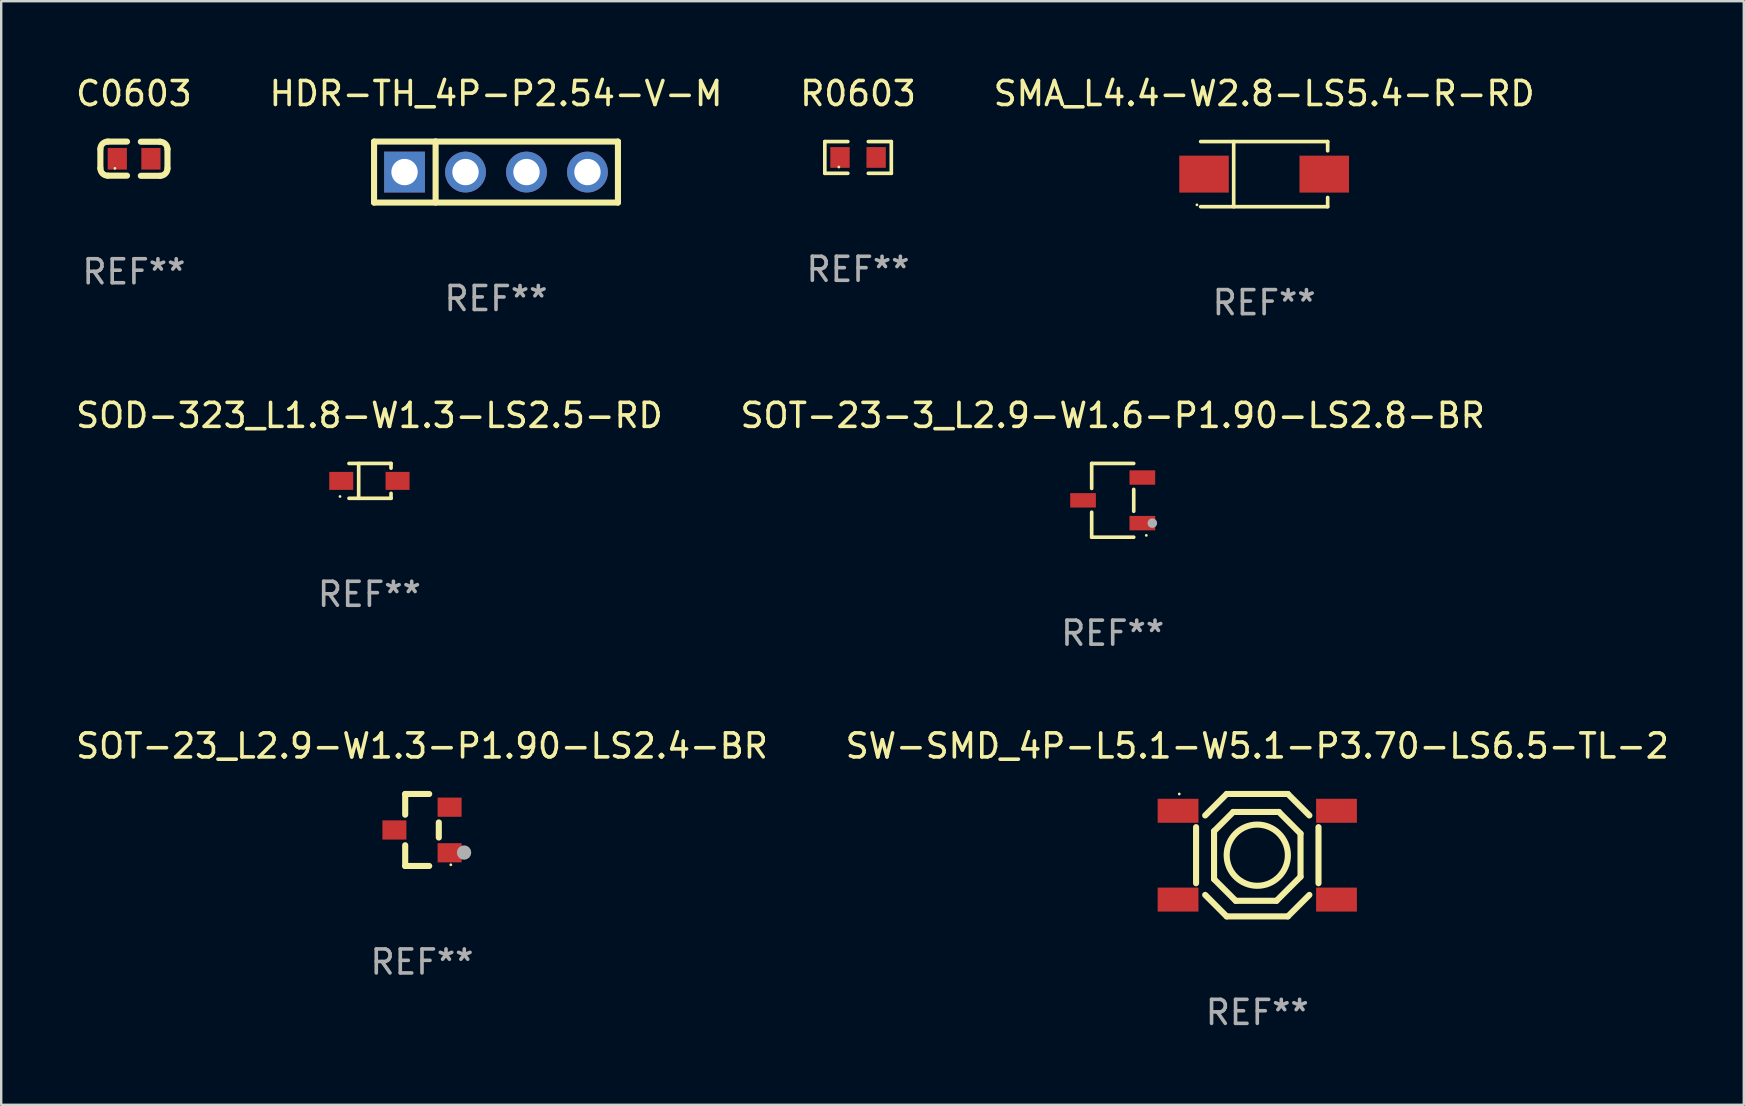
<source format=kicad_pcb>
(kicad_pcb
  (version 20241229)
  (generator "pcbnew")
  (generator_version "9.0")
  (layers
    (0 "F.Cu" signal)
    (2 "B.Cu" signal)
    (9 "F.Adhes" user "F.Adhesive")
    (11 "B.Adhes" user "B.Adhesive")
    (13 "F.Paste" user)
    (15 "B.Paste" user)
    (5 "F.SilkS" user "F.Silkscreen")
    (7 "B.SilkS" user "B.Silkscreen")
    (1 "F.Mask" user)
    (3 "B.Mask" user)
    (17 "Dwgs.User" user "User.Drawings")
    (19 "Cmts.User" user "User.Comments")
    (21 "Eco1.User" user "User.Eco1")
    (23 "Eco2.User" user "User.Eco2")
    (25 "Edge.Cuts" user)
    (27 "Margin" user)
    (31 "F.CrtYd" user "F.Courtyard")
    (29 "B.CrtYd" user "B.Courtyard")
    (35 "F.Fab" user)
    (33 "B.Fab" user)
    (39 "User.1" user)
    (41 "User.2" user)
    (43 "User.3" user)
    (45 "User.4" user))
  (footprint "HDR-TH_4P-P2.54-V-M"
    (layer "F.Cu")
    (at 17.613 4.118)
    (property "Reference" "HDR-TH_4P-P2.54-V-M" (at 0 -3.27 0) (layer "F.SilkS") (effects (font (size 1 1) (thickness 0.15))))
    (attr through_hole)
    (fp_line (start -5.08 -1.27) (end -2.516 -1.27) (stroke (width 0.254) (type solid)) (layer "F.SilkS"))
    (fp_line (start -5.08 1.27) (end -5.08 -1.27) (stroke (width 0.254) (type solid)) (layer "F.SilkS"))
    (fp_line (start -2.516 -1.27) (end -2.516 1.27) (stroke (width 0.254) (type solid)) (layer "F.SilkS"))
    (fp_line (start -2.516 -1.27) (end 5.08 -1.27) (stroke (width 0.254) (type solid)) (layer "F.SilkS"))
    (fp_line (start 5.08 -1.27) (end 5.08 1.27) (stroke (width 0.254) (type solid)) (layer "F.SilkS"))
    (fp_line (start 5.08 1.27) (end -5.08 1.27) (stroke (width 0.254) (type solid)) (layer "F.SilkS"))
    (fp_circle (center -5.08 1.25) (end -5.05 1.25) (stroke (width 0.06) (type solid)) (fill no) (layer "F.SilkS"))
    (fp_text user "REF**" (at 0 5.27 0) (layer "F.Fab") (effects (font (size 1 1) (thickness 0.15))))
    (pad "1" thru_hole rect (at -3.81 0) (size 1.7 1.7) (drill 1.1) (layers "*.Cu" "*.Mask"))
    (pad "2" thru_hole circle (at -1.27 0) (size 1.7 1.7) (drill 1.1) (layers "*.Cu" "*.Mask"))
    (pad "3" thru_hole circle (at 1.27 0) (size 1.7 1.7) (drill 1.1) (layers "*.Cu" "*.Mask"))
    (pad "4" thru_hole circle (at 3.81 0) (size 1.7 1.7) (drill 1.1) (layers "*.Cu" "*.Mask")))
  (footprint "R0603"
    (layer "F.Cu")
    (at 32.696 3.509)
    (property "Reference" "R0603" (at 0 -2.661 0) (layer "F.SilkS") (effects (font (size 1 1) (thickness 0.15))))
    (attr through_hole)
    (fp_line (start -1.385 -0.661) (end -0.426 -0.661) (stroke (width 0.152) (type solid)) (layer "F.SilkS"))
    (fp_line (start -1.385 0.661) (end -1.385 -0.661) (stroke (width 0.152) (type solid)) (layer "F.SilkS"))
    (fp_line (start -0.426 0.661) (end -1.385 0.661) (stroke (width 0.152) (type solid)) (layer "F.SilkS"))
    (fp_line (start 0.426 0.661) (end 1.385 0.661) (stroke (width 0.152) (type solid)) (layer "F.SilkS"))
    (fp_line (start 1.385 -0.661) (end 0.426 -0.661) (stroke (width 0.152) (type solid)) (layer "F.SilkS"))
    (fp_line (start 1.385 0.661) (end 1.385 -0.661) (stroke (width 0.152) (type solid)) (layer "F.SilkS"))
    (fp_circle (center -0.8 0.4) (end -0.77 0.4) (stroke (width 0.06) (type solid)) (fill no) (layer "F.SilkS"))
    (fp_text user "REF**" (at 0 4.661 0) (layer "F.Fab") (effects (font (size 1 1) (thickness 0.15))))
    (pad "1" smd rect (at -0.753 0) (size 0.806 0.864) (layers "F.Cu" "F.Mask" "F.Paste"))
    (pad "2" smd rect (at 0.753 0) (size 0.806 0.864) (layers "F.Cu" "F.Mask" "F.Paste")))
  (footprint "SOT-23_L2.9-W1.3-P1.90-LS2.4-BR"
    (layer "F.Cu")
    (at 14.53 31.526)
    (property "Reference" "SOT-23_L2.9-W1.3-P1.90-LS2.4-BR" (at 0 -3.5 0) (layer "F.SilkS") (effects (font (size 1 1) (thickness 0.15))))
    (attr through_hole)
    (fp_line (start -0.7 -1.5) (end 0.3 -1.5) (stroke (width 0.254) (type solid)) (layer "F.SilkS"))
    (fp_line (start -0.7 -0.636) (end -0.7 -1.5) (stroke (width 0.254) (type solid)) (layer "F.SilkS"))
    (fp_line (start -0.7 1.5) (end -0.7 0.636) (stroke (width 0.254) (type solid)) (layer "F.SilkS"))
    (fp_line (start -0.7 1.5) (end 0.3 1.5) (stroke (width 0.254) (type solid)) (layer "F.SilkS"))
    (fp_line (start 0.7 0.314) (end 0.7 -0.314) (stroke (width 0.254) (type solid)) (layer "F.SilkS"))
    (fp_circle (center 1.2 1.45) (end 1.23 1.45) (stroke (width 0.06) (type solid)) (fill no) (layer "F.SilkS"))
    (fp_circle (center 1.753 0.94) (end 1.903 0.94) (stroke (width 0.3) (type solid)) (fill no) (layer "F.Fab"))
    (fp_text user "REF**" (at 0 5.5 0) (layer "F.Fab") (effects (font (size 1 1) (thickness 0.15))))
    (pad "1" smd rect (at 1.15 0.95 180) (size 1 0.8) (layers "F.Cu" "F.Mask" "F.Paste"))
    (pad "2" smd rect (at 1.15 -0.95 180) (size 1 0.8) (layers "F.Cu" "F.Mask" "F.Paste"))
    (pad "3" smd rect (at -1.15 -0.000051 180) (size 1 0.8) (layers "F.Cu" "F.Mask" "F.Paste")))
  (footprint "SOD-323_L1.8-W1.3-LS2.5-RD"
    (layer "F.Cu")
    (at 12.339 16.983)
    (property "Reference" "SOD-323_L1.8-W1.3-LS2.5-RD" (at 0 -2.726 0) (layer "F.SilkS") (effects (font (size 1 1) (thickness 0.15))))
    (attr through_hole)
    (fp_line (start -0.851 -0.726) (end 0.901 -0.726) (stroke (width 0.152) (type solid)) (layer "F.SilkS"))
    (fp_line (start -0.851 0.726) (end 0.901 0.726) (stroke (width 0.152) (type solid)) (layer "F.SilkS"))
    (fp_line (start -0.447 -0.726) (end -0.447 0.726) (stroke (width 0.152) (type solid)) (layer "F.SilkS"))
    (fp_line (start 0.901 -0.726) (end 0.901 -0.53) (stroke (width 0.152) (type solid)) (layer "F.SilkS"))
    (fp_line (start 0.901 0.726) (end 0.901 0.52) (stroke (width 0.152) (type solid)) (layer "F.SilkS"))
    (fp_circle (center -1.225 0.65) (end -1.195 0.65) (stroke (width 0.06) (type solid)) (fill no) (layer "F.SilkS"))
    (fp_text user "REF**" (at 0 4.726 0) (layer "F.Fab") (effects (font (size 1 1) (thickness 0.15))))
    (pad "1" smd rect (at -1.173 0) (size 1 0.75) (layers "F.Cu" "F.Mask" "F.Paste"))
    (pad "2" smd rect (at 1.173 0) (size 1 0.75) (layers "F.Cu" "F.Mask" "F.Paste")))
  (footprint "SW-SMD_4P-L5.1-W5.1-P3.70-LS6.5-TL-2"
    (layer "F.Cu")
    (at 49.327 32.576)
    (property "Reference" "SW-SMD_4P-L5.1-W5.1-P3.70-LS6.5-TL-2" (at 0 -4.55 0) (layer "F.SilkS") (effects (font (size 1 1) (thickness 0.15))))
    (attr through_hole)
    (fp_line (start -2.55 -1.168) (end -2.55 1.168) (stroke (width 0.254) (type solid)) (layer "F.SilkS"))
    (fp_line (start -2.17 1.655) (end -1.275 2.55) (stroke (width 0.254) (type solid)) (layer "F.SilkS"))
    (fp_line (start -1.801 -1.001) (end -1.001 -1.801) (stroke (width 0.254) (type solid)) (layer "F.SilkS"))
    (fp_line (start -1.801 0.998) (end -1.801 -1.001) (stroke (width 0.254) (type solid)) (layer "F.SilkS"))
    (fp_line (start -1.275 -2.55) (end -2.17 -1.655) (stroke (width 0.254) (type solid)) (layer "F.SilkS"))
    (fp_line (start -1.275 -2.55) (end 1.275 -2.55) (stroke (width 0.254) (type solid)) (layer "F.SilkS"))
    (fp_line (start -1.275 2.55) (end 1.275 2.55) (stroke (width 0.254) (type solid)) (layer "F.SilkS"))
    (fp_line (start -1.001 -1.801) (end 0.899 -1.801) (stroke (width 0.254) (type solid)) (layer "F.SilkS"))
    (fp_line (start -0.899 1.9) (end -1.801 0.998) (stroke (width 0.254) (type solid)) (layer "F.SilkS"))
    (fp_line (start 0.8 1.9) (end -0.899 1.9) (stroke (width 0.254) (type solid)) (layer "F.SilkS"))
    (fp_line (start 0.899 -1.801) (end 1.801 -0.899) (stroke (width 0.254) (type solid)) (layer "F.SilkS"))
    (fp_line (start 1.275 -2.55) (end 2.17 -1.655) (stroke (width 0.254) (type solid)) (layer "F.SilkS"))
    (fp_line (start 1.801 -0.899) (end 1.801 0.899) (stroke (width 0.254) (type solid)) (layer "F.SilkS"))
    (fp_line (start 1.801 0.899) (end 0.8 1.9) (stroke (width 0.254) (type solid)) (layer "F.SilkS"))
    (fp_line (start 2.17 1.655) (end 1.275 2.55) (stroke (width 0.254) (type solid)) (layer "F.SilkS"))
    (fp_line (start 2.55 -1.168) (end 2.55 1.168) (stroke (width 0.254) (type solid)) (layer "F.SilkS"))
    (fp_circle (center -3.25 -2.55) (end -3.22 -2.55) (stroke (width 0.06) (type solid)) (fill no) (layer "F.SilkS"))
    (fp_circle (center 0 0) (end 1.275 0) (stroke (width 0.254) (type solid)) (fill no) (layer "F.SilkS"))
    (fp_text user "REF**" (at 0 6.55 0) (layer "F.Fab") (effects (font (size 1 1) (thickness 0.15))))
    (pad "1" smd rect (at -3.3 -1.85) (size 1.7 1) (layers "F.Cu" "F.Mask" "F.Paste"))
    (pad "2" smd rect (at 3.3 -1.85) (size 1.7 1) (layers "F.Cu" "F.Mask" "F.Paste"))
    (pad "3" smd rect (at -3.3 1.85) (size 1.7 1) (layers "F.Cu" "F.Mask" "F.Paste"))
    (pad "4" smd rect (at 3.3 1.85) (size 1.7 1) (layers "F.Cu" "F.Mask" "F.Paste")))
  (footprint "SOT-23-3_L2.9-W1.6-P1.90-LS2.8-BR"
    (layer "F.Cu")
    (at 43.304 17.793)
    (property "Reference" "SOT-23-3_L2.9-W1.6-P1.90-LS2.8-BR" (at 0 -3.536 0) (layer "F.SilkS") (effects (font (size 1 1) (thickness 0.15))))
    (attr through_hole)
    (fp_line (start -0.876 -1.536) (end -0.876 -0.495) (stroke (width 0.152) (type solid)) (layer "F.SilkS"))
    (fp_line (start -0.876 1.536) (end -0.876 0.495) (stroke (width 0.152) (type solid)) (layer "F.SilkS"))
    (fp_line (start 0.876 -1.536) (end -0.876 -1.536) (stroke (width 0.152) (type solid)) (layer "F.SilkS"))
    (fp_line (start 0.876 -0.455) (end 0.876 0.455) (stroke (width 0.152) (type solid)) (layer "F.SilkS"))
    (fp_line (start 0.876 1.536) (end -0.876 1.536) (stroke (width 0.152) (type solid)) (layer "F.SilkS"))
    (fp_circle (center 1.4 1.46) (end 1.43 1.46) (stroke (width 0.06) (type solid)) (fill no) (layer "F.SilkS"))
    (fp_circle (center 1.651 0.95) (end 1.751 0.95) (stroke (width 0.2) (type solid)) (fill no) (layer "F.Fab"))
    (fp_text user "REF**" (at 0 5.536 0) (layer "F.Fab") (effects (font (size 1 1) (thickness 0.15))))
    (pad "1" smd rect (at 1.235 0.95) (size 1.07 0.6) (layers "F.Cu" "F.Mask" "F.Paste"))
    (pad "2" smd rect (at 1.235 -0.95) (size 1.07 0.6) (layers "F.Cu" "F.Mask" "F.Paste"))
    (pad "3" smd rect (at -1.235 0) (size 1.07 0.6) (layers "F.Cu" "F.Mask" "F.Paste")))
  (footprint "C0603"
    (layer "F.Cu")
    (at 2.537 3.564)
    (property "Reference" "C0603" (at -0.008 -2.715 0) (layer "F.SilkS") (effects (font (size 1 1) (thickness 0.15))))
    (attr through_hole)
    (fp_line (start -1.405 -0.406) (end -1.405 0.394) (stroke (width 0.254) (type solid)) (layer "F.SilkS"))
    (fp_line (start -0.296 -0.715) (end -1.096 -0.715) (stroke (width 0.254) (type solid)) (layer "F.SilkS"))
    (fp_line (start -0.296 0.704) (end -1.096 0.704) (stroke (width 0.254) (type solid)) (layer "F.SilkS"))
    (fp_line (start 0.28 -0.71) (end 1.08 -0.71) (stroke (width 0.254) (type solid)) (layer "F.SilkS"))
    (fp_line (start 0.28 0.71) (end 1.08 0.71) (stroke (width 0.254) (type solid)) (layer "F.SilkS"))
    (fp_line (start 1.39 -0.4) (end 1.39 0.4) (stroke (width 0.254) (type solid)) (layer "F.SilkS"))
    (fp_arc (start -1.405512 -0.405613) (mid -1.314765 -0.624696) (end -1.095682 -0.715443) (stroke (width 0.254001) (type solid)) (layer "F.SilkS"))
    (fp_arc (start -1.095682 0.704216) (mid -1.314773 0.61346) (end -1.405511 0.394362) (stroke (width 0.254001) (type solid)) (layer "F.SilkS"))
    (fp_arc (start 1.080188 -0.709627) (mid 1.29928 -0.618871) (end 1.390018 -0.399772) (stroke (width 0.254001) (type solid)) (layer "F.SilkS"))
    (fp_arc (start 1.390018 0.400203) (mid 1.299271 0.619286) (end 1.080188 0.710033) (stroke (width 0.254001) (type solid)) (layer "F.SilkS"))
    (fp_circle (center -0.8 0.4) (end -0.77 0.4) (stroke (width 0.06) (type solid)) (fill no) (layer "F.SilkS"))
    (fp_text user "REF**" (at -0.008 4.71 0) (layer "F.Fab") (effects (font (size 1 1) (thickness 0.15))))
    (pad "1" smd rect (at -0.7 0) (size 0.8 0.9) (layers "F.Cu" "F.Mask" "F.Paste"))
    (pad "2" smd rect (at 0.7 0) (size 0.8 0.9) (layers "F.Cu" "F.Mask" "F.Paste")))
  (footprint "SMA_L4.4-W2.8-LS5.4-R-RD"
    (layer "F.Cu")
    (at 49.613 4.204)
    (property "Reference" "SMA_L4.4-W2.8-LS5.4-R-RD" (at 0 -3.356 0) (layer "F.SilkS") (effects (font (size 1 1) (thickness 0.15))))
    (attr through_hole)
    (fp_line (start -2.646 -1.356) (end 2.646 -1.356) (stroke (width 0.152) (type solid)) (layer "F.SilkS"))
    (fp_line (start -2.646 1.356) (end 2.646 1.356) (stroke (width 0.152) (type solid)) (layer "F.SilkS"))
    (fp_line (start -1.269 -1.356) (end -1.269 1.356) (stroke (width 0.152) (type solid)) (layer "F.SilkS"))
    (fp_line (start 2.646 -1.356) (end 2.646 -0.973) (stroke (width 0.152) (type solid)) (layer "F.SilkS"))
    (fp_line (start 2.646 1.356) (end 2.646 0.973) (stroke (width 0.152) (type solid)) (layer "F.SilkS"))
    (fp_circle (center -2.8 1.28) (end -2.77 1.28) (stroke (width 0.06) (type solid)) (fill no) (layer "F.SilkS"))
    (fp_text user "REF**" (at 0 5.356 0) (layer "F.Fab") (effects (font (size 1 1) (thickness 0.15))))
    (pad "1" smd rect (at 2.504 0) (size 2.063 1.539) (layers "F.Cu" "F.Mask" "F.Paste"))
    (pad "2" smd rect (at -2.504 0) (size 2.063 1.539) (layers "F.Cu" "F.Mask" "F.Paste")))
  (gr_rect
    (start -3 -3)
    (end 69.595 42.975)
    (stroke (width 0.1) (type default))
    (fill no)
    (layer "Edge.Cuts")))
</source>
